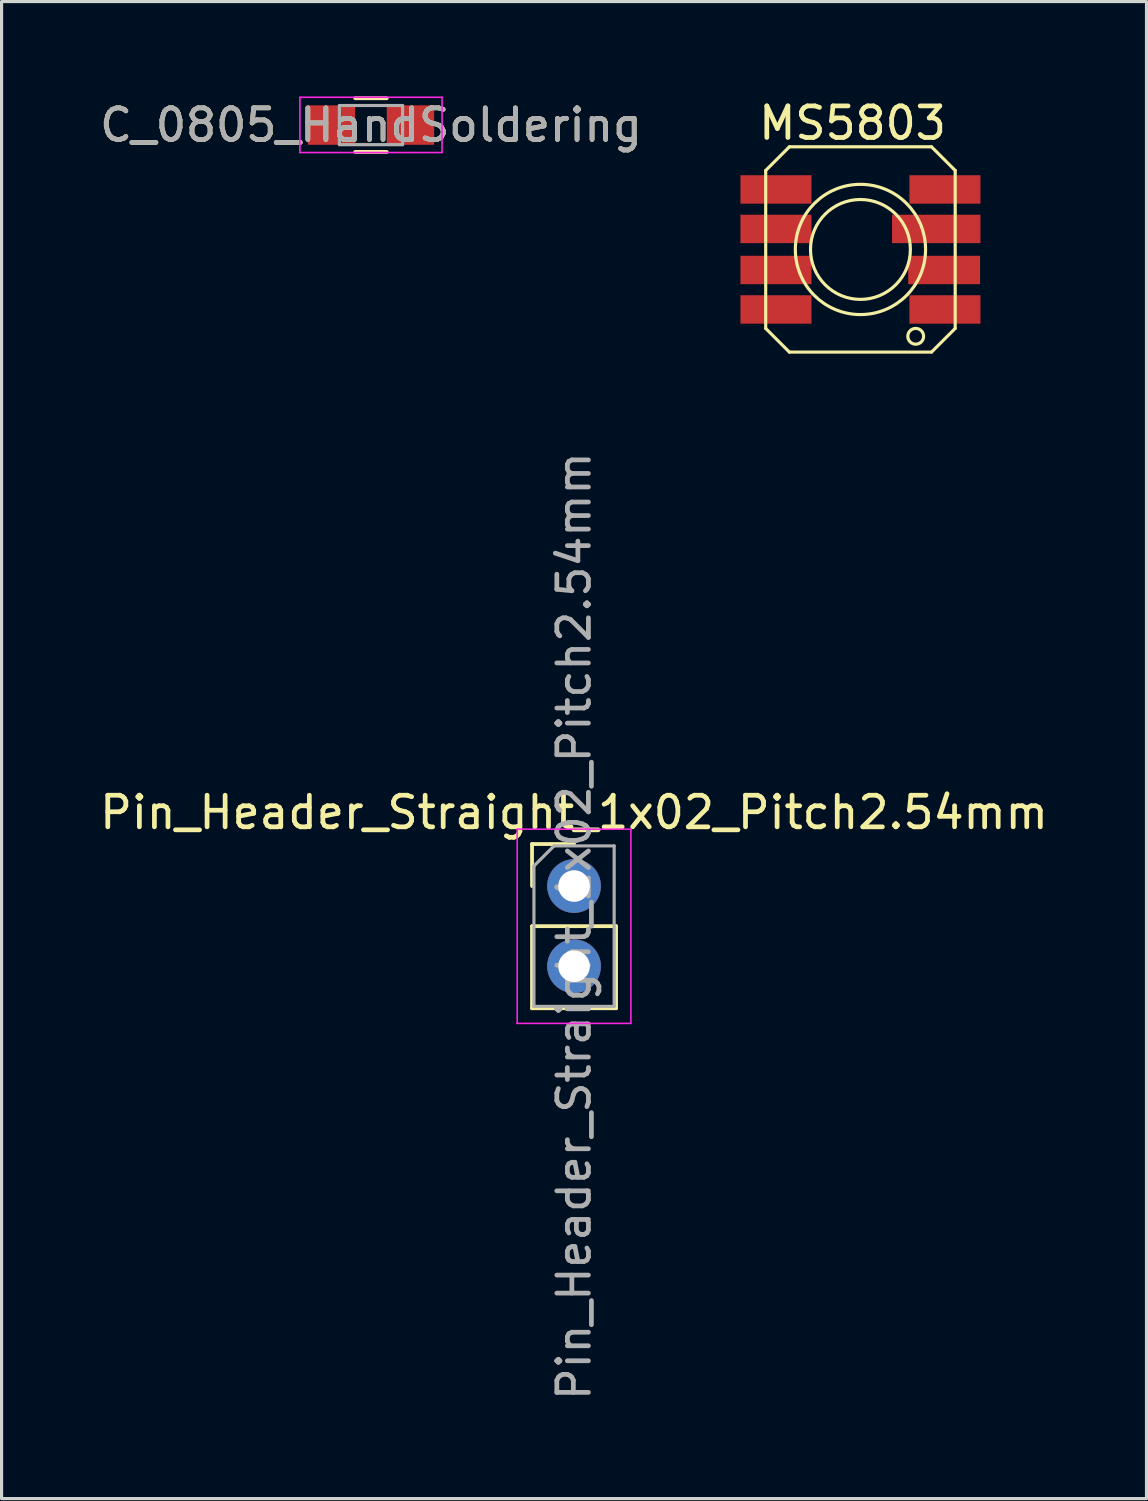
<source format=kicad_pcb>
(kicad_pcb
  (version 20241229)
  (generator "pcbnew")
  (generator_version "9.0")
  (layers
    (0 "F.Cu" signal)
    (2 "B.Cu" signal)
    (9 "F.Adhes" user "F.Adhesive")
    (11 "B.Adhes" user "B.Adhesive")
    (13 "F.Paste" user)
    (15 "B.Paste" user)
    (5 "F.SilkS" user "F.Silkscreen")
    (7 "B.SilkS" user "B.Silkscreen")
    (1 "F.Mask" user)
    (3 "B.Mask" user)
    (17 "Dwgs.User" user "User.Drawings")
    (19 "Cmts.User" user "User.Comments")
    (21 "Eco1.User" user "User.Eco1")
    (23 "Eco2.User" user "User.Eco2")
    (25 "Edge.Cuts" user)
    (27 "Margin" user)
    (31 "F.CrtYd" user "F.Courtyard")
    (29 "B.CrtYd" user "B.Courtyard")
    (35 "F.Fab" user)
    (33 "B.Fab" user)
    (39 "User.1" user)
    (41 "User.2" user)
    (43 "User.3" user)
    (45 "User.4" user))
  (footprint "C_0805_HandSoldering"
    (layer "F.Cu")
    (at 8.696 0.91)
    (property "Reference" "C_0805_HandSoldering" (at 0 0 0) (layer "F.SilkS") (effects (font (size 1 1) (thickness 0.15))))
    (attr smd)
    (fp_line (start -0.5 0.85) (end 0.5 0.85) (stroke (width 0.12) (type solid)) (layer "F.SilkS"))
    (fp_line (start 0.5 -0.85) (end -0.5 -0.85) (stroke (width 0.12) (type solid)) (layer "F.SilkS"))
    (fp_line (start -2.25 -0.88) (end -2.25 0.87) (stroke (width 0.05) (type solid)) (layer "F.CrtYd"))
    (fp_line (start -2.25 -0.88) (end 2.25 -0.88) (stroke (width 0.05) (type solid)) (layer "F.CrtYd"))
    (fp_line (start 2.25 0.87) (end -2.25 0.87) (stroke (width 0.05) (type solid)) (layer "F.CrtYd"))
    (fp_line (start 2.25 0.87) (end 2.25 -0.88) (stroke (width 0.05) (type solid)) (layer "F.CrtYd"))
    (fp_line (start -1 -0.62) (end 1 -0.62) (stroke (width 0.1) (type solid)) (layer "F.Fab"))
    (fp_line (start -1 0.62) (end -1 -0.62) (stroke (width 0.1) (type solid)) (layer "F.Fab"))
    (fp_line (start 1 -0.62) (end 1 0.62) (stroke (width 0.1) (type solid)) (layer "F.Fab"))
    (fp_line (start 1 0.62) (end -1 0.62) (stroke (width 0.1) (type solid)) (layer "F.Fab"))
    (fp_text user "${REFERENCE}" (at 0 0 0) (layer "F.Fab") (effects (font (size 1 1) (thickness 0.15))))
    (pad "1" smd rect (at -1.25 0) (size 1.5 1.25) (layers "F.Cu" "F.Mask" "F.Paste"))
    (pad "2" smd rect (at 1.25 0) (size 1.5 1.25) (layers "F.Cu" "F.Mask" "F.Paste")))
  (footprint "MS5803"
    (layer "F.Cu")
    (at 24.193 4.848)
    (property "Reference" "MS5803" (at -0.25 -4 0) (layer "F.SilkS") (effects (font (size 1 1) (thickness 0.15))))
    (attr through_hole)
    (fp_line (start -3 -2.5) (end -3 2.5) (stroke (width 0.1) (type solid)) (layer "F.SilkS"))
    (fp_line (start -3 2.5) (end -2.25 3.25) (stroke (width 0.1) (type solid)) (layer "F.SilkS"))
    (fp_line (start -2.25 -3.25) (end -3 -2.5) (stroke (width 0.1) (type solid)) (layer "F.SilkS"))
    (fp_line (start -2.25 3.25) (end 2.25 3.25) (stroke (width 0.1) (type solid)) (layer "F.SilkS"))
    (fp_line (start 2.25 -3.25) (end -2.25 -3.25) (stroke (width 0.1) (type solid)) (layer "F.SilkS"))
    (fp_line (start 2.25 3.25) (end 3 2.5) (stroke (width 0.1) (type solid)) (layer "F.SilkS"))
    (fp_line (start 3 -2.5) (end 2.25 -3.25) (stroke (width 0.1) (type solid)) (layer "F.SilkS"))
    (fp_line (start 3 2.5) (end 3 -2.5) (stroke (width 0.1) (type solid)) (layer "F.SilkS"))
    (fp_circle (center 0 0) (end -0.5 -2) (stroke (width 0.1) (type solid)) (fill no) (layer "F.SilkS"))
    (fp_circle (center 0 0) (end -0.5 -1.5) (stroke (width 0.1) (type solid)) (fill no) (layer "F.SilkS"))
    (fp_circle (center 1.75 2.75) (end 1.5 2.75) (stroke (width 0.1) (type solid)) (fill no) (layer "F.SilkS"))
    (pad "1" smd rect (at 2.675 1.9) (size 2.25 0.9) (layers "F.Cu" "F.Mask" "F.Paste"))
    (pad "2" smd rect (at 2.65 0.65) (size 2.275 0.9) (layers "F.Cu" "F.Mask" "F.Paste"))
    (pad "3" smd rect (at 2.4 -0.65) (size 2.8 0.9) (layers "F.Cu" "F.Mask" "F.Paste"))
    (pad "4" smd rect (at 2.675 -1.9) (size 2.25 0.9) (layers "F.Cu" "F.Mask" "F.Paste"))
    (pad "5" smd rect (at -2.675 -1.9) (size 2.25 0.9) (layers "F.Cu" "F.Mask" "F.Paste"))
    (pad "6" smd rect (at -2.675 -0.65) (size 2.25 0.9) (layers "F.Cu" "F.Mask" "F.Paste"))
    (pad "7" smd rect (at -2.675 0.65) (size 2.25 0.9) (layers "F.Cu" "F.Mask" "F.Paste"))
    (pad "8" smd rect (at -2.675 1.9) (size 2.25 0.9) (layers "F.Cu" "F.Mask" "F.Paste")))
  (footprint "Pin_Header_Straight_1x02_Pitch2.54mm"
    (layer "F.Cu")
    (at 15.125 25.003)
    (property "Reference" "Pin_Header_Straight_1x02_Pitch2.54mm" (at 0 -2.33 0) (layer "F.SilkS") (effects (font (size 1 1) (thickness 0.15))))
    (attr through_hole)
    (fp_line (start -1.33 -1.33) (end 0 -1.33) (stroke (width 0.12) (type solid)) (layer "F.SilkS"))
    (fp_line (start -1.33 0) (end -1.33 -1.33) (stroke (width 0.12) (type solid)) (layer "F.SilkS"))
    (fp_line (start -1.33 1.27) (end -1.33 3.87) (stroke (width 0.12) (type solid)) (layer "F.SilkS"))
    (fp_line (start -1.33 1.27) (end 1.33 1.27) (stroke (width 0.12) (type solid)) (layer "F.SilkS"))
    (fp_line (start -1.33 3.87) (end 1.33 3.87) (stroke (width 0.12) (type solid)) (layer "F.SilkS"))
    (fp_line (start 1.33 1.27) (end 1.33 3.87) (stroke (width 0.12) (type solid)) (layer "F.SilkS"))
    (fp_line (start -1.8 -1.8) (end -1.8 4.35) (stroke (width 0.05) (type solid)) (layer "F.CrtYd"))
    (fp_line (start -1.8 4.35) (end 1.8 4.35) (stroke (width 0.05) (type solid)) (layer "F.CrtYd"))
    (fp_line (start 1.8 -1.8) (end -1.8 -1.8) (stroke (width 0.05) (type solid)) (layer "F.CrtYd"))
    (fp_line (start 1.8 4.35) (end 1.8 -1.8) (stroke (width 0.05) (type solid)) (layer "F.CrtYd"))
    (fp_line (start -1.27 -0.635) (end -0.635 -1.27) (stroke (width 0.1) (type solid)) (layer "F.Fab"))
    (fp_line (start -1.27 3.81) (end -1.27 -0.635) (stroke (width 0.1) (type solid)) (layer "F.Fab"))
    (fp_line (start -0.635 -1.27) (end 1.27 -1.27) (stroke (width 0.1) (type solid)) (layer "F.Fab"))
    (fp_line (start 1.27 -1.27) (end 1.27 3.81) (stroke (width 0.1) (type solid)) (layer "F.Fab"))
    (fp_line (start 1.27 3.81) (end -1.27 3.81) (stroke (width 0.1) (type solid)) (layer "F.Fab"))
    (fp_text user "${REFERENCE}" (at 0 1.27 90) (layer "F.Fab") (effects (font (size 1 1) (thickness 0.15))))
    (pad "1" thru_hole circle (at 0 0) (size 1.7 1.7) (drill 1) (layers "*.Cu" "*.Mask"))
    (pad "2" thru_hole oval (at 0 2.54) (size 1.7 1.7) (drill 1) (layers "*.Cu" "*.Mask")))
  (gr_rect
    (start -3 -3)
    (end 33.25 44.398)
    (stroke (width 0.1) (type default))
    (fill no)
    (layer "Edge.Cuts")))
</source>
